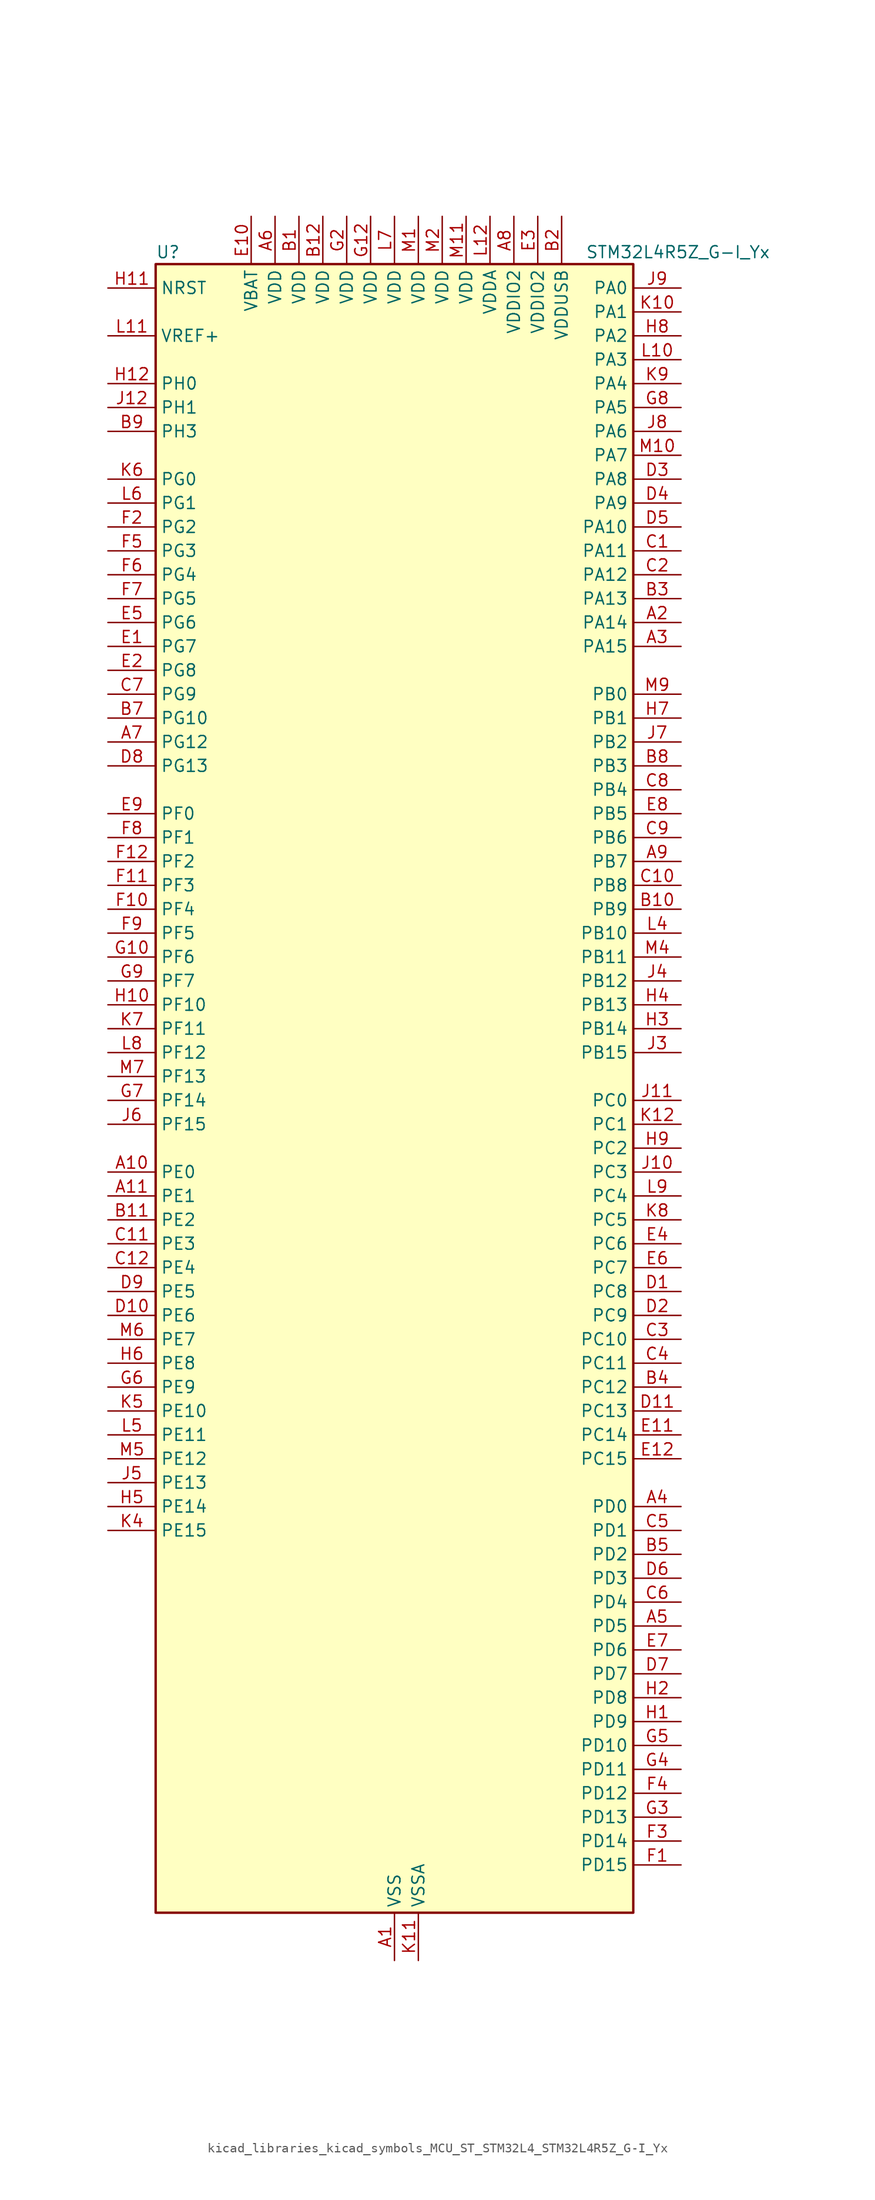
<source format=kicad_sym>
(kicad_symbol_lib
  (version 20220914)
  (generator kicad_symbol_editor)
  (symbol "kicad_libraries_kicad_symbols_MCU_ST_STM32L4_STM32L4R5Z_G-I_Yx"
    (property "Reference" "U"
      (at -25.4 90.17 0)
      (effects (font (size 1.27 1.27)) (justify left)))
    (property "Value" "STM32L4R5Z_G-I_Yx"
      (at 20.32 90.17 0)
      (effects (font (size 1.27 1.27)) (justify left)))
    (property "ki_locked" ""
      (at 0 0 0)
      (effects (font (size 1.27 1.27))))
    (symbol "kicad_libraries_kicad_symbols_MCU_ST_STM32L4_STM32L4R5Z_G-I_Yx_0_1"
      (rectangle (start -25.4 -86.36) (end 25.4 88.9) (stroke (width 0.254) (type default)) (fill (type background))))
    (symbol "kicad_libraries_kicad_symbols_MCU_ST_STM32L4_STM32L4R5Z_G-I_Yx_1_1"
      (pin power_in line (at 0 -91.44 90) (length 5.08) (name "VSS" (effects (font (size 1.27 1.27)))) (number "A1" (effects (font (size 1.27 1.27)))))
      (pin bidirectional line (at -30.48 -7.62 0) (length 5.08) (name "PE0" (effects (font (size 1.27 1.27)))) (number "A10" (effects (font (size 1.27 1.27)))) (alternate "DCMI_D2" bidirectional line) (alternate "FMC_NBL0" bidirectional line) (alternate "TIM16_CH1" bidirectional line) (alternate "TIM4_ETR" bidirectional line))
      (pin bidirectional line (at -30.48 -10.16 0) (length 5.08) (name "PE1" (effects (font (size 1.27 1.27)))) (number "A11" (effects (font (size 1.27 1.27)))) (alternate "DCMI_D3" bidirectional line) (alternate "FMC_NBL1" bidirectional line) (alternate "TIM17_CH1" bidirectional line))
      (pin passive line (at 0 -91.44 90) (length 5.08) hide (name "VSS" (effects (font (size 1.27 1.27)))) (number "A12" (effects (font (size 1.27 1.27)))))
      (pin bidirectional line (at 30.48 50.8 180) (length 5.08) (name "PA14" (effects (font (size 1.27 1.27)))) (number "A2" (effects (font (size 1.27 1.27)))) (alternate "I2C1_SMBA" bidirectional line) (alternate "I2C4_SMBA" bidirectional line) (alternate "LPTIM1_OUT" bidirectional line) (alternate "SAI1_FS_B" bidirectional line) (alternate "SYS_JTCK-SWCLK" bidirectional line) (alternate "USB_OTG_FS_SOF" bidirectional line))
      (pin bidirectional line (at 30.48 48.26 180) (length 5.08) (name "PA15" (effects (font (size 1.27 1.27)))) (number "A3" (effects (font (size 1.27 1.27)))) (alternate "ADC1_EXTI15" bidirectional line) (alternate "SAI2_FS_B" bidirectional line) (alternate "SPI1_NSS" bidirectional line) (alternate "SPI3_NSS" bidirectional line) (alternate "SYS_JTDI" bidirectional line) (alternate "TIM2_CH1" bidirectional line) (alternate "TIM2_ETR" bidirectional line) (alternate "TSC_G3_IO1" bidirectional line) (alternate "UART4_DE" bidirectional line) (alternate "UART4_RTS" bidirectional line) (alternate "USART2_RX" bidirectional line) (alternate "USART3_DE" bidirectional line) (alternate "USART3_RTS" bidirectional line))
      (pin bidirectional line (at 30.48 -43.18 180) (length 5.08) (name "PD0" (effects (font (size 1.27 1.27)))) (number "A4" (effects (font (size 1.27 1.27)))) (alternate "CAN1_RX" bidirectional line) (alternate "DFSDM1_DATIN7" bidirectional line) (alternate "FMC_D2" bidirectional line) (alternate "FMC_DA2" bidirectional line) (alternate "SPI2_NSS" bidirectional line))
      (pin bidirectional line (at 30.48 -55.88 180) (length 5.08) (name "PD5" (effects (font (size 1.27 1.27)))) (number "A5" (effects (font (size 1.27 1.27)))) (alternate "FMC_NWE" bidirectional line) (alternate "OCTOSPIM_P1_IO5" bidirectional line) (alternate "USART2_TX" bidirectional line))
      (pin power_in line (at -12.7 93.98 270) (length 5.08) (name "VDD" (effects (font (size 1.27 1.27)))) (number "A6" (effects (font (size 1.27 1.27)))))
      (pin bidirectional line (at -30.48 38.1 0) (length 5.08) (name "PG12" (effects (font (size 1.27 1.27)))) (number "A7" (effects (font (size 1.27 1.27)))) (alternate "FMC_NE4" bidirectional line) (alternate "LPTIM1_ETR" bidirectional line) (alternate "OCTOSPIM_P2_NCS" bidirectional line) (alternate "SAI2_SD_A" bidirectional line) (alternate "SPI3_NSS" bidirectional line) (alternate "USART1_DE" bidirectional line) (alternate "USART1_RTS" bidirectional line))
      (pin power_in line (at 12.7 93.98 270) (length 5.08) (name "VDDIO2" (effects (font (size 1.27 1.27)))) (number "A8" (effects (font (size 1.27 1.27)))))
      (pin bidirectional line (at 30.48 25.4 180) (length 5.08) (name "PB7" (effects (font (size 1.27 1.27)))) (number "A9" (effects (font (size 1.27 1.27)))) (alternate "COMP2_INM" bidirectional line) (alternate "DCMI_VSYNC" bidirectional line) (alternate "DFSDM1_CKIN5" bidirectional line) (alternate "FMC_NL" bidirectional line) (alternate "I2C1_SDA" bidirectional line) (alternate "I2C4_SDA" bidirectional line) (alternate "LPTIM1_IN2" bidirectional line) (alternate "SYS_PVD_IN" bidirectional line) (alternate "TIM17_CH1N" bidirectional line) (alternate "TIM4_CH2" bidirectional line) (alternate "TIM8_BKIN" bidirectional line) (alternate "TSC_G2_IO4" bidirectional line) (alternate "UART4_CTS" bidirectional line) (alternate "USART1_RX" bidirectional line))
      (pin power_in line (at -10.16 93.98 270) (length 5.08) (name "VDD" (effects (font (size 1.27 1.27)))) (number "B1" (effects (font (size 1.27 1.27)))))
      (pin bidirectional line (at 30.48 20.32 180) (length 5.08) (name "PB9" (effects (font (size 1.27 1.27)))) (number "B10" (effects (font (size 1.27 1.27)))) (alternate "CAN1_TX" bidirectional line) (alternate "DAC1_EXTI9" bidirectional line) (alternate "DCMI_D7" bidirectional line) (alternate "DFSDM1_CKIN6" bidirectional line) (alternate "I2C1_SDA" bidirectional line) (alternate "IR_OUT" bidirectional line) (alternate "SAI1_D2" bidirectional line) (alternate "SAI1_FS_A" bidirectional line) (alternate "SDMMC1_CDIR" bidirectional line) (alternate "SDMMC1_D5" bidirectional line) (alternate "SPI2_NSS" bidirectional line) (alternate "TIM17_CH1" bidirectional line) (alternate "TIM4_CH4" bidirectional line))
      (pin bidirectional line (at -30.48 -12.7 0) (length 5.08) (name "PE2" (effects (font (size 1.27 1.27)))) (number "B11" (effects (font (size 1.27 1.27)))) (alternate "FMC_A23" bidirectional line) (alternate "SAI1_CK1" bidirectional line) (alternate "SAI1_MCLK_A" bidirectional line) (alternate "SYS_TRACECLK" bidirectional line) (alternate "TIM3_ETR" bidirectional line) (alternate "TSC_G7_IO1" bidirectional line))
      (pin power_in line (at -7.62 93.98 270) (length 5.08) (name "VDD" (effects (font (size 1.27 1.27)))) (number "B12" (effects (font (size 1.27 1.27)))))
      (pin power_in line (at 17.78 93.98 270) (length 5.08) (name "VDDUSB" (effects (font (size 1.27 1.27)))) (number "B2" (effects (font (size 1.27 1.27)))))
      (pin bidirectional line (at 30.48 53.34 180) (length 5.08) (name "PA13" (effects (font (size 1.27 1.27)))) (number "B3" (effects (font (size 1.27 1.27)))) (alternate "IR_OUT" bidirectional line) (alternate "SAI1_SD_B" bidirectional line) (alternate "SYS_JTMS-SWDIO" bidirectional line) (alternate "USB_OTG_FS_NOE" bidirectional line))
      (pin bidirectional line (at 30.48 -30.48 180) (length 5.08) (name "PC12" (effects (font (size 1.27 1.27)))) (number "B4" (effects (font (size 1.27 1.27)))) (alternate "DCMI_D9" bidirectional line) (alternate "SAI2_SD_B" bidirectional line) (alternate "SDMMC1_CK" bidirectional line) (alternate "SPI3_MOSI" bidirectional line) (alternate "SYS_TRACED3" bidirectional line) (alternate "TSC_G3_IO4" bidirectional line) (alternate "UART5_TX" bidirectional line) (alternate "USART3_CK" bidirectional line))
      (pin bidirectional line (at 30.48 -48.26 180) (length 5.08) (name "PD2" (effects (font (size 1.27 1.27)))) (number "B5" (effects (font (size 1.27 1.27)))) (alternate "DCMI_D11" bidirectional line) (alternate "SDMMC1_CMD" bidirectional line) (alternate "SYS_TRACED2" bidirectional line) (alternate "TIM3_ETR" bidirectional line) (alternate "TSC_SYNC" bidirectional line) (alternate "UART5_RX" bidirectional line) (alternate "USART3_DE" bidirectional line) (alternate "USART3_RTS" bidirectional line))
      (pin passive line (at 0 -91.44 90) (length 5.08) hide (name "VSS" (effects (font (size 1.27 1.27)))) (number "B6" (effects (font (size 1.27 1.27)))))
      (pin bidirectional line (at -30.48 40.64 0) (length 5.08) (name "PG10" (effects (font (size 1.27 1.27)))) (number "B7" (effects (font (size 1.27 1.27)))) (alternate "FMC_NE3" bidirectional line) (alternate "LPTIM1_IN1" bidirectional line) (alternate "OCTOSPIM_P2_IO7" bidirectional line) (alternate "SAI2_FS_A" bidirectional line) (alternate "SPI3_MISO" bidirectional line) (alternate "TIM15_CH1" bidirectional line) (alternate "USART1_RX" bidirectional line))
      (pin bidirectional line (at 30.48 35.56 180) (length 5.08) (name "PB3" (effects (font (size 1.27 1.27)))) (number "B8" (effects (font (size 1.27 1.27)))) (alternate "COMP2_INM" bidirectional line) (alternate "CRS_SYNC" bidirectional line) (alternate "SAI1_SCK_B" bidirectional line) (alternate "SPI1_SCK" bidirectional line) (alternate "SPI3_SCK" bidirectional line) (alternate "SYS_JTDO-SWO" bidirectional line) (alternate "TIM2_CH2" bidirectional line) (alternate "USART1_DE" bidirectional line) (alternate "USART1_RTS" bidirectional line))
      (pin bidirectional line (at -30.48 71.12 0) (length 5.08) (name "PH3" (effects (font (size 1.27 1.27)))) (number "B9" (effects (font (size 1.27 1.27)))))
      (pin bidirectional line (at 30.48 58.42 180) (length 5.08) (name "PA11" (effects (font (size 1.27 1.27)))) (number "C1" (effects (font (size 1.27 1.27)))) (alternate "ADC1_EXTI11" bidirectional line) (alternate "CAN1_RX" bidirectional line) (alternate "SPI1_MISO" bidirectional line) (alternate "TIM1_BKIN2" bidirectional line) (alternate "TIM1_CH4" bidirectional line) (alternate "USART1_CTS" bidirectional line) (alternate "USART1_NSS" bidirectional line) (alternate "USB_OTG_FS_DM" bidirectional line))
      (pin bidirectional line (at 30.48 22.86 180) (length 5.08) (name "PB8" (effects (font (size 1.27 1.27)))) (number "C10" (effects (font (size 1.27 1.27)))) (alternate "CAN1_RX" bidirectional line) (alternate "DCMI_D6" bidirectional line) (alternate "DFSDM1_CKOUT" bidirectional line) (alternate "DFSDM1_DATIN6" bidirectional line) (alternate "I2C1_SCL" bidirectional line) (alternate "SAI1_CK1" bidirectional line) (alternate "SAI1_MCLK_A" bidirectional line) (alternate "SDMMC1_CKIN" bidirectional line) (alternate "SDMMC1_D4" bidirectional line) (alternate "TIM16_CH1" bidirectional line) (alternate "TIM4_CH3" bidirectional line))
      (pin bidirectional line (at -30.48 -15.24 0) (length 5.08) (name "PE3" (effects (font (size 1.27 1.27)))) (number "C11" (effects (font (size 1.27 1.27)))) (alternate "FMC_A19" bidirectional line) (alternate "OCTOSPIM_P1_DQS" bidirectional line) (alternate "SAI1_SD_B" bidirectional line) (alternate "SYS_TRACED0" bidirectional line) (alternate "TIM3_CH1" bidirectional line) (alternate "TSC_G7_IO2" bidirectional line))
      (pin bidirectional line (at -30.48 -17.78 0) (length 5.08) (name "PE4" (effects (font (size 1.27 1.27)))) (number "C12" (effects (font (size 1.27 1.27)))) (alternate "DCMI_D4" bidirectional line) (alternate "DFSDM1_DATIN3" bidirectional line) (alternate "FMC_A20" bidirectional line) (alternate "SAI1_D2" bidirectional line) (alternate "SAI1_FS_A" bidirectional line) (alternate "SYS_TRACED1" bidirectional line) (alternate "TIM3_CH2" bidirectional line) (alternate "TSC_G7_IO3" bidirectional line))
      (pin bidirectional line (at 30.48 55.88 180) (length 5.08) (name "PA12" (effects (font (size 1.27 1.27)))) (number "C2" (effects (font (size 1.27 1.27)))) (alternate "CAN1_TX" bidirectional line) (alternate "SPI1_MOSI" bidirectional line) (alternate "TIM1_ETR" bidirectional line) (alternate "USART1_DE" bidirectional line) (alternate "USART1_RTS" bidirectional line) (alternate "USB_OTG_FS_DP" bidirectional line))
      (pin bidirectional line (at 30.48 -25.4 180) (length 5.08) (name "PC10" (effects (font (size 1.27 1.27)))) (number "C3" (effects (font (size 1.27 1.27)))) (alternate "DCMI_D8" bidirectional line) (alternate "SAI2_SCK_B" bidirectional line) (alternate "SDMMC1_D2" bidirectional line) (alternate "SPI3_SCK" bidirectional line) (alternate "SYS_TRACED1" bidirectional line) (alternate "TSC_G3_IO2" bidirectional line) (alternate "UART4_TX" bidirectional line) (alternate "USART3_TX" bidirectional line))
      (pin bidirectional line (at 30.48 -27.94 180) (length 5.08) (name "PC11" (effects (font (size 1.27 1.27)))) (number "C4" (effects (font (size 1.27 1.27)))) (alternate "ADC1_EXTI11" bidirectional line) (alternate "DCMI_D2" bidirectional line) (alternate "DCMI_D4" bidirectional line) (alternate "OCTOSPIM_P1_NCS" bidirectional line) (alternate "SAI2_MCLK_B" bidirectional line) (alternate "SDMMC1_D3" bidirectional line) (alternate "SPI3_MISO" bidirectional line) (alternate "TSC_G3_IO3" bidirectional line) (alternate "UART4_RX" bidirectional line) (alternate "USART3_RX" bidirectional line))
      (pin bidirectional line (at 30.48 -45.72 180) (length 5.08) (name "PD1" (effects (font (size 1.27 1.27)))) (number "C5" (effects (font (size 1.27 1.27)))) (alternate "CAN1_TX" bidirectional line) (alternate "DFSDM1_CKIN7" bidirectional line) (alternate "FMC_D3" bidirectional line) (alternate "FMC_DA3" bidirectional line) (alternate "SPI2_SCK" bidirectional line))
      (pin bidirectional line (at 30.48 -53.34 180) (length 5.08) (name "PD4" (effects (font (size 1.27 1.27)))) (number "C6" (effects (font (size 1.27 1.27)))) (alternate "DFSDM1_CKIN0" bidirectional line) (alternate "FMC_NOE" bidirectional line) (alternate "OCTOSPIM_P1_IO4" bidirectional line) (alternate "SPI2_MOSI" bidirectional line) (alternate "USART2_DE" bidirectional line) (alternate "USART2_RTS" bidirectional line))
      (pin bidirectional line (at -30.48 43.18 0) (length 5.08) (name "PG9" (effects (font (size 1.27 1.27)))) (number "C7" (effects (font (size 1.27 1.27)))) (alternate "DAC1_EXTI9" bidirectional line) (alternate "FMC_NCE" bidirectional line) (alternate "FMC_NE2" bidirectional line) (alternate "OCTOSPIM_P2_IO6" bidirectional line) (alternate "SAI2_SCK_A" bidirectional line) (alternate "SPI3_SCK" bidirectional line) (alternate "TIM15_CH1N" bidirectional line) (alternate "USART1_TX" bidirectional line))
      (pin bidirectional line (at 30.48 33.02 180) (length 5.08) (name "PB4" (effects (font (size 1.27 1.27)))) (number "C8" (effects (font (size 1.27 1.27)))) (alternate "COMP2_INP" bidirectional line) (alternate "DCMI_D12" bidirectional line) (alternate "I2C3_SDA" bidirectional line) (alternate "SAI1_MCLK_B" bidirectional line) (alternate "SPI1_MISO" bidirectional line) (alternate "SPI3_MISO" bidirectional line) (alternate "SYS_JTRST" bidirectional line) (alternate "TIM17_BKIN" bidirectional line) (alternate "TIM3_CH1" bidirectional line) (alternate "TSC_G2_IO1" bidirectional line) (alternate "UART5_DE" bidirectional line) (alternate "UART5_RTS" bidirectional line) (alternate "USART1_CTS" bidirectional line) (alternate "USART1_NSS" bidirectional line))
      (pin bidirectional line (at 30.48 27.94 180) (length 5.08) (name "PB6" (effects (font (size 1.27 1.27)))) (number "C9" (effects (font (size 1.27 1.27)))) (alternate "COMP2_INP" bidirectional line) (alternate "DCMI_D5" bidirectional line) (alternate "DFSDM1_DATIN5" bidirectional line) (alternate "I2C1_SCL" bidirectional line) (alternate "I2C4_SCL" bidirectional line) (alternate "LPTIM1_ETR" bidirectional line) (alternate "SAI1_FS_B" bidirectional line) (alternate "TIM16_CH1N" bidirectional line) (alternate "TIM4_CH1" bidirectional line) (alternate "TIM8_BKIN2" bidirectional line) (alternate "TSC_G2_IO3" bidirectional line) (alternate "USART1_TX" bidirectional line))
      (pin bidirectional line (at 30.48 -20.32 180) (length 5.08) (name "PC8" (effects (font (size 1.27 1.27)))) (number "D1" (effects (font (size 1.27 1.27)))) (alternate "DCMI_D2" bidirectional line) (alternate "SDMMC1_D0" bidirectional line) (alternate "TIM3_CH3" bidirectional line) (alternate "TIM8_CH3" bidirectional line) (alternate "TSC_G4_IO3" bidirectional line))
      (pin bidirectional line (at -30.48 -22.86 0) (length 5.08) (name "PE6" (effects (font (size 1.27 1.27)))) (number "D10" (effects (font (size 1.27 1.27)))) (alternate "DCMI_D7" bidirectional line) (alternate "FMC_A22" bidirectional line) (alternate "RTC_TAMP3" bidirectional line) (alternate "SAI1_D1" bidirectional line) (alternate "SAI1_SD_A" bidirectional line) (alternate "SYS_TRACED3" bidirectional line) (alternate "SYS_WKUP3" bidirectional line) (alternate "TIM3_CH4" bidirectional line))
      (pin bidirectional line (at 30.48 -33.02 180) (length 5.08) (name "PC13" (effects (font (size 1.27 1.27)))) (number "D11" (effects (font (size 1.27 1.27)))) (alternate "RTC_OUT_ALARM" bidirectional line) (alternate "RTC_OUT_CALIB" bidirectional line) (alternate "RTC_TAMP1" bidirectional line) (alternate "RTC_TS" bidirectional line) (alternate "SYS_WKUP2" bidirectional line))
      (pin passive line (at 0 -91.44 90) (length 5.08) hide (name "VSS" (effects (font (size 1.27 1.27)))) (number "D12" (effects (font (size 1.27 1.27)))))
      (pin bidirectional line (at 30.48 -22.86 180) (length 5.08) (name "PC9" (effects (font (size 1.27 1.27)))) (number "D2" (effects (font (size 1.27 1.27)))) (alternate "DAC1_EXTI9" bidirectional line) (alternate "DCMI_D3" bidirectional line) (alternate "I2C3_SDA" bidirectional line) (alternate "SAI2_EXTCLK" bidirectional line) (alternate "SDMMC1_D1" bidirectional line) (alternate "SYS_TRACED0" bidirectional line) (alternate "TIM3_CH4" bidirectional line) (alternate "TIM8_BKIN2" bidirectional line) (alternate "TIM8_CH4" bidirectional line) (alternate "TSC_G4_IO4" bidirectional line) (alternate "USB_OTG_FS_NOE" bidirectional line))
      (pin bidirectional line (at 30.48 66.04 180) (length 5.08) (name "PA8" (effects (font (size 1.27 1.27)))) (number "D3" (effects (font (size 1.27 1.27)))) (alternate "LPTIM2_OUT" bidirectional line) (alternate "RCC_MCO" bidirectional line) (alternate "SAI1_CK2" bidirectional line) (alternate "SAI1_SCK_A" bidirectional line) (alternate "TIM1_CH1" bidirectional line) (alternate "USART1_CK" bidirectional line) (alternate "USB_OTG_FS_SOF" bidirectional line))
      (pin bidirectional line (at 30.48 63.5 180) (length 5.08) (name "PA9" (effects (font (size 1.27 1.27)))) (number "D4" (effects (font (size 1.27 1.27)))) (alternate "DAC1_EXTI9" bidirectional line) (alternate "DCMI_D0" bidirectional line) (alternate "SAI1_FS_A" bidirectional line) (alternate "SPI2_SCK" bidirectional line) (alternate "TIM15_BKIN" bidirectional line) (alternate "TIM1_CH2" bidirectional line) (alternate "USART1_TX" bidirectional line) (alternate "USB_OTG_FS_VBUS" bidirectional line))
      (pin bidirectional line (at 30.48 60.96 180) (length 5.08) (name "PA10" (effects (font (size 1.27 1.27)))) (number "D5" (effects (font (size 1.27 1.27)))) (alternate "DCMI_D1" bidirectional line) (alternate "SAI1_D1" bidirectional line) (alternate "SAI1_SD_A" bidirectional line) (alternate "TIM17_BKIN" bidirectional line) (alternate "TIM1_CH3" bidirectional line) (alternate "USART1_RX" bidirectional line) (alternate "USB_OTG_FS_ID" bidirectional line))
      (pin bidirectional line (at 30.48 -50.8 180) (length 5.08) (name "PD3" (effects (font (size 1.27 1.27)))) (number "D6" (effects (font (size 1.27 1.27)))) (alternate "DCMI_D5" bidirectional line) (alternate "DFSDM1_DATIN0" bidirectional line) (alternate "FMC_CLK" bidirectional line) (alternate "OCTOSPIM_P2_NCS" bidirectional line) (alternate "SPI2_MISO" bidirectional line) (alternate "SPI2_SCK" bidirectional line) (alternate "USART2_CTS" bidirectional line) (alternate "USART2_NSS" bidirectional line))
      (pin bidirectional line (at 30.48 -60.96 180) (length 5.08) (name "PD7" (effects (font (size 1.27 1.27)))) (number "D7" (effects (font (size 1.27 1.27)))) (alternate "DFSDM1_CKIN1" bidirectional line) (alternate "FMC_NCE" bidirectional line) (alternate "FMC_NE1" bidirectional line) (alternate "OCTOSPIM_P1_IO7" bidirectional line) (alternate "USART2_CK" bidirectional line))
      (pin bidirectional line (at -30.48 35.56 0) (length 5.08) (name "PG13" (effects (font (size 1.27 1.27)))) (number "D8" (effects (font (size 1.27 1.27)))) (alternate "FMC_A24" bidirectional line) (alternate "I2C1_SDA" bidirectional line) (alternate "USART1_CK" bidirectional line))
      (pin bidirectional line (at -30.48 -20.32 0) (length 5.08) (name "PE5" (effects (font (size 1.27 1.27)))) (number "D9" (effects (font (size 1.27 1.27)))) (alternate "DCMI_D6" bidirectional line) (alternate "DFSDM1_CKIN3" bidirectional line) (alternate "FMC_A21" bidirectional line) (alternate "SAI1_CK2" bidirectional line) (alternate "SAI1_SCK_A" bidirectional line) (alternate "SYS_TRACED2" bidirectional line) (alternate "TIM3_CH3" bidirectional line) (alternate "TSC_G7_IO4" bidirectional line))
      (pin bidirectional line (at -30.48 48.26 0) (length 5.08) (name "PG7" (effects (font (size 1.27 1.27)))) (number "E1" (effects (font (size 1.27 1.27)))) (alternate "DFSDM1_CKOUT" bidirectional line) (alternate "FMC_INT" bidirectional line) (alternate "I2C3_SCL" bidirectional line) (alternate "LPUART1_TX" bidirectional line) (alternate "OCTOSPIM_P2_DQS" bidirectional line) (alternate "SAI1_CK1" bidirectional line) (alternate "SAI1_MCLK_A" bidirectional line))
      (pin power_in line (at -15.24 93.98 270) (length 5.08) (name "VBAT" (effects (font (size 1.27 1.27)))) (number "E10" (effects (font (size 1.27 1.27)))))
      (pin bidirectional line (at 30.48 -35.56 180) (length 5.08) (name "PC14" (effects (font (size 1.27 1.27)))) (number "E11" (effects (font (size 1.27 1.27)))) (alternate "RCC_OSC32_IN" bidirectional line))
      (pin bidirectional line (at 30.48 -38.1 180) (length 5.08) (name "PC15" (effects (font (size 1.27 1.27)))) (number "E12" (effects (font (size 1.27 1.27)))) (alternate "ADC1_EXTI15" bidirectional line) (alternate "RCC_OSC32_OUT" bidirectional line))
      (pin bidirectional line (at -30.48 45.72 0) (length 5.08) (name "PG8" (effects (font (size 1.27 1.27)))) (number "E2" (effects (font (size 1.27 1.27)))) (alternate "I2C3_SDA" bidirectional line) (alternate "LPUART1_RX" bidirectional line))
      (pin power_in line (at 15.24 93.98 270) (length 5.08) (name "VDDIO2" (effects (font (size 1.27 1.27)))) (number "E3" (effects (font (size 1.27 1.27)))))
      (pin bidirectional line (at 30.48 -15.24 180) (length 5.08) (name "PC6" (effects (font (size 1.27 1.27)))) (number "E4" (effects (font (size 1.27 1.27)))) (alternate "DCMI_D0" bidirectional line) (alternate "DFSDM1_CKIN3" bidirectional line) (alternate "SAI2_MCLK_A" bidirectional line) (alternate "SDMMC1_D0DIR" bidirectional line) (alternate "SDMMC1_D6" bidirectional line) (alternate "TIM3_CH1" bidirectional line) (alternate "TIM8_CH1" bidirectional line) (alternate "TSC_G4_IO1" bidirectional line))
      (pin bidirectional line (at -30.48 50.8 0) (length 5.08) (name "PG6" (effects (font (size 1.27 1.27)))) (number "E5" (effects (font (size 1.27 1.27)))) (alternate "I2C3_SMBA" bidirectional line) (alternate "LPUART1_DE" bidirectional line) (alternate "LPUART1_RTS" bidirectional line) (alternate "OCTOSPIM_P1_DQS" bidirectional line))
      (pin bidirectional line (at 30.48 -17.78 180) (length 5.08) (name "PC7" (effects (font (size 1.27 1.27)))) (number "E6" (effects (font (size 1.27 1.27)))) (alternate "DCMI_D1" bidirectional line) (alternate "DFSDM1_DATIN3" bidirectional line) (alternate "SAI2_MCLK_B" bidirectional line) (alternate "SDMMC1_D123DIR" bidirectional line) (alternate "SDMMC1_D7" bidirectional line) (alternate "TIM3_CH2" bidirectional line) (alternate "TIM8_CH2" bidirectional line) (alternate "TSC_G4_IO2" bidirectional line))
      (pin bidirectional line (at 30.48 -58.42 180) (length 5.08) (name "PD6" (effects (font (size 1.27 1.27)))) (number "E7" (effects (font (size 1.27 1.27)))) (alternate "DCMI_D10" bidirectional line) (alternate "DFSDM1_DATIN1" bidirectional line) (alternate "FMC_NWAIT" bidirectional line) (alternate "OCTOSPIM_P1_IO6" bidirectional line) (alternate "SAI1_D1" bidirectional line) (alternate "SAI1_SD_A" bidirectional line) (alternate "SPI3_MOSI" bidirectional line) (alternate "USART2_RX" bidirectional line))
      (pin bidirectional line (at 30.48 30.48 180) (length 5.08) (name "PB5" (effects (font (size 1.27 1.27)))) (number "E8" (effects (font (size 1.27 1.27)))) (alternate "COMP2_OUT" bidirectional line) (alternate "DCMI_D10" bidirectional line) (alternate "I2C1_SMBA" bidirectional line) (alternate "LPTIM1_IN1" bidirectional line) (alternate "SAI1_SD_B" bidirectional line) (alternate "SPI1_MOSI" bidirectional line) (alternate "SPI3_MOSI" bidirectional line) (alternate "TIM16_BKIN" bidirectional line) (alternate "TIM3_CH2" bidirectional line) (alternate "TSC_G2_IO2" bidirectional line) (alternate "UART5_CTS" bidirectional line) (alternate "USART1_CK" bidirectional line))
      (pin bidirectional line (at -30.48 30.48 0) (length 5.08) (name "PF0" (effects (font (size 1.27 1.27)))) (number "E9" (effects (font (size 1.27 1.27)))) (alternate "FMC_A0" bidirectional line) (alternate "I2C2_SDA" bidirectional line) (alternate "OCTOSPIM_P2_IO0" bidirectional line))
      (pin bidirectional line (at 30.48 -81.28 180) (length 5.08) (name "PD15" (effects (font (size 1.27 1.27)))) (number "F1" (effects (font (size 1.27 1.27)))) (alternate "ADC1_EXTI15" bidirectional line) (alternate "FMC_D1" bidirectional line) (alternate "FMC_DA1" bidirectional line) (alternate "TIM4_CH4" bidirectional line))
      (pin bidirectional line (at -30.48 20.32 0) (length 5.08) (name "PF4" (effects (font (size 1.27 1.27)))) (number "F10" (effects (font (size 1.27 1.27)))) (alternate "FMC_A4" bidirectional line) (alternate "OCTOSPIM_P2_CLK" bidirectional line))
      (pin bidirectional line (at -30.48 22.86 0) (length 5.08) (name "PF3" (effects (font (size 1.27 1.27)))) (number "F11" (effects (font (size 1.27 1.27)))) (alternate "FMC_A3" bidirectional line) (alternate "OCTOSPIM_P2_IO3" bidirectional line))
      (pin bidirectional line (at -30.48 25.4 0) (length 5.08) (name "PF2" (effects (font (size 1.27 1.27)))) (number "F12" (effects (font (size 1.27 1.27)))) (alternate "FMC_A2" bidirectional line) (alternate "I2C2_SMBA" bidirectional line) (alternate "OCTOSPIM_P2_IO2" bidirectional line))
      (pin bidirectional line (at -30.48 60.96 0) (length 5.08) (name "PG2" (effects (font (size 1.27 1.27)))) (number "F2" (effects (font (size 1.27 1.27)))) (alternate "FMC_A12" bidirectional line) (alternate "SAI2_SCK_B" bidirectional line) (alternate "SPI1_SCK" bidirectional line))
      (pin bidirectional line (at 30.48 -78.74 180) (length 5.08) (name "PD14" (effects (font (size 1.27 1.27)))) (number "F3" (effects (font (size 1.27 1.27)))) (alternate "FMC_D0" bidirectional line) (alternate "FMC_DA0" bidirectional line) (alternate "TIM4_CH3" bidirectional line))
      (pin bidirectional line (at 30.48 -73.66 180) (length 5.08) (name "PD12" (effects (font (size 1.27 1.27)))) (number "F4" (effects (font (size 1.27 1.27)))) (alternate "FMC_A17" bidirectional line) (alternate "FMC_ALE" bidirectional line) (alternate "I2C4_SCL" bidirectional line) (alternate "LPTIM2_IN1" bidirectional line) (alternate "SAI2_FS_A" bidirectional line) (alternate "TIM4_CH1" bidirectional line) (alternate "TSC_G6_IO3" bidirectional line) (alternate "USART3_DE" bidirectional line) (alternate "USART3_RTS" bidirectional line))
      (pin bidirectional line (at -30.48 58.42 0) (length 5.08) (name "PG3" (effects (font (size 1.27 1.27)))) (number "F5" (effects (font (size 1.27 1.27)))) (alternate "FMC_A13" bidirectional line) (alternate "SAI2_FS_B" bidirectional line) (alternate "SPI1_MISO" bidirectional line))
      (pin bidirectional line (at -30.48 55.88 0) (length 5.08) (name "PG4" (effects (font (size 1.27 1.27)))) (number "F6" (effects (font (size 1.27 1.27)))) (alternate "FMC_A14" bidirectional line) (alternate "SAI2_MCLK_B" bidirectional line) (alternate "SPI1_MOSI" bidirectional line))
      (pin bidirectional line (at -30.48 53.34 0) (length 5.08) (name "PG5" (effects (font (size 1.27 1.27)))) (number "F7" (effects (font (size 1.27 1.27)))) (alternate "FMC_A15" bidirectional line) (alternate "LPUART1_CTS" bidirectional line) (alternate "SAI2_SD_B" bidirectional line) (alternate "SPI1_NSS" bidirectional line))
      (pin bidirectional line (at -30.48 27.94 0) (length 5.08) (name "PF1" (effects (font (size 1.27 1.27)))) (number "F8" (effects (font (size 1.27 1.27)))) (alternate "FMC_A1" bidirectional line) (alternate "I2C2_SCL" bidirectional line) (alternate "OCTOSPIM_P2_IO1" bidirectional line))
      (pin bidirectional line (at -30.48 17.78 0) (length 5.08) (name "PF5" (effects (font (size 1.27 1.27)))) (number "F9" (effects (font (size 1.27 1.27)))) (alternate "FMC_A5" bidirectional line))
      (pin passive line (at 0 -91.44 90) (length 5.08) hide (name "VSS" (effects (font (size 1.27 1.27)))) (number "G1" (effects (font (size 1.27 1.27)))))
      (pin bidirectional line (at -30.48 15.24 0) (length 5.08) (name "PF6" (effects (font (size 1.27 1.27)))) (number "G10" (effects (font (size 1.27 1.27)))) (alternate "OCTOSPIM_P1_IO3" bidirectional line) (alternate "SAI1_SD_B" bidirectional line) (alternate "TIM5_CH1" bidirectional line) (alternate "TIM5_ETR" bidirectional line))
      (pin passive line (at 0 -91.44 90) (length 5.08) hide (name "VSS" (effects (font (size 1.27 1.27)))) (number "G11" (effects (font (size 1.27 1.27)))))
      (pin power_in line (at -2.54 93.98 270) (length 5.08) (name "VDD" (effects (font (size 1.27 1.27)))) (number "G12" (effects (font (size 1.27 1.27)))))
      (pin power_in line (at -5.08 93.98 270) (length 5.08) (name "VDD" (effects (font (size 1.27 1.27)))) (number "G2" (effects (font (size 1.27 1.27)))))
      (pin bidirectional line (at 30.48 -76.2 180) (length 5.08) (name "PD13" (effects (font (size 1.27 1.27)))) (number "G3" (effects (font (size 1.27 1.27)))) (alternate "FMC_A18" bidirectional line) (alternate "I2C4_SDA" bidirectional line) (alternate "LPTIM2_OUT" bidirectional line) (alternate "TIM4_CH2" bidirectional line) (alternate "TSC_G6_IO4" bidirectional line))
      (pin bidirectional line (at 30.48 -71.12 180) (length 5.08) (name "PD11" (effects (font (size 1.27 1.27)))) (number "G4" (effects (font (size 1.27 1.27)))) (alternate "ADC1_EXTI11" bidirectional line) (alternate "FMC_A16" bidirectional line) (alternate "FMC_CLE" bidirectional line) (alternate "I2C4_SMBA" bidirectional line) (alternate "LPTIM2_ETR" bidirectional line) (alternate "SAI2_SD_A" bidirectional line) (alternate "TSC_G6_IO2" bidirectional line) (alternate "USART3_CTS" bidirectional line) (alternate "USART3_NSS" bidirectional line))
      (pin bidirectional line (at 30.48 -68.58 180) (length 5.08) (name "PD10" (effects (font (size 1.27 1.27)))) (number "G5" (effects (font (size 1.27 1.27)))) (alternate "FMC_D15" bidirectional line) (alternate "FMC_DA15" bidirectional line) (alternate "SAI2_SCK_A" bidirectional line) (alternate "TSC_G6_IO1" bidirectional line) (alternate "USART3_CK" bidirectional line))
      (pin bidirectional line (at -30.48 -30.48 0) (length 5.08) (name "PE9" (effects (font (size 1.27 1.27)))) (number "G6" (effects (font (size 1.27 1.27)))) (alternate "DAC1_EXTI9" bidirectional line) (alternate "DFSDM1_CKOUT" bidirectional line) (alternate "FMC_D6" bidirectional line) (alternate "FMC_DA6" bidirectional line) (alternate "SAI1_FS_B" bidirectional line) (alternate "TIM1_CH1" bidirectional line))
      (pin bidirectional line (at -30.48 0 0) (length 5.08) (name "PF14" (effects (font (size 1.27 1.27)))) (number "G7" (effects (font (size 1.27 1.27)))) (alternate "DFSDM1_CKIN6" bidirectional line) (alternate "FMC_A8" bidirectional line) (alternate "I2C4_SCL" bidirectional line) (alternate "TSC_G8_IO1" bidirectional line))
      (pin bidirectional line (at 30.48 73.66 180) (length 5.08) (name "PA5" (effects (font (size 1.27 1.27)))) (number "G8" (effects (font (size 1.27 1.27)))) (alternate "ADC1_IN10" bidirectional line) (alternate "DAC1_OUT2" bidirectional line) (alternate "LPTIM2_ETR" bidirectional line) (alternate "SPI1_SCK" bidirectional line) (alternate "TIM2_CH1" bidirectional line) (alternate "TIM2_ETR" bidirectional line) (alternate "TIM8_CH1N" bidirectional line))
      (pin bidirectional line (at -30.48 12.7 0) (length 5.08) (name "PF7" (effects (font (size 1.27 1.27)))) (number "G9" (effects (font (size 1.27 1.27)))) (alternate "OCTOSPIM_P1_IO2" bidirectional line) (alternate "SAI1_MCLK_B" bidirectional line) (alternate "TIM5_CH2" bidirectional line))
      (pin bidirectional line (at 30.48 -66.04 180) (length 5.08) (name "PD9" (effects (font (size 1.27 1.27)))) (number "H1" (effects (font (size 1.27 1.27)))) (alternate "DAC1_EXTI9" bidirectional line) (alternate "DCMI_PIXCLK" bidirectional line) (alternate "FMC_D14" bidirectional line) (alternate "FMC_DA14" bidirectional line) (alternate "SAI2_MCLK_A" bidirectional line) (alternate "USART3_RX" bidirectional line))
      (pin bidirectional line (at -30.48 10.16 0) (length 5.08) (name "PF10" (effects (font (size 1.27 1.27)))) (number "H10" (effects (font (size 1.27 1.27)))) (alternate "DCMI_D11" bidirectional line) (alternate "DFSDM1_CKOUT" bidirectional line) (alternate "OCTOSPIM_P1_CLK" bidirectional line) (alternate "SAI1_D3" bidirectional line) (alternate "TIM15_CH2" bidirectional line))
      (pin input line (at -30.48 86.36 0) (length 5.08) (name "NRST" (effects (font (size 1.27 1.27)))) (number "H11" (effects (font (size 1.27 1.27)))))
      (pin bidirectional line (at -30.48 76.2 0) (length 5.08) (name "PH0" (effects (font (size 1.27 1.27)))) (number "H12" (effects (font (size 1.27 1.27)))) (alternate "RCC_OSC_IN" bidirectional line))
      (pin bidirectional line (at 30.48 -63.5 180) (length 5.08) (name "PD8" (effects (font (size 1.27 1.27)))) (number "H2" (effects (font (size 1.27 1.27)))) (alternate "DCMI_HSYNC" bidirectional line) (alternate "FMC_D13" bidirectional line) (alternate "FMC_DA13" bidirectional line) (alternate "USART3_TX" bidirectional line))
      (pin bidirectional line (at 30.48 7.62 180) (length 5.08) (name "PB14" (effects (font (size 1.27 1.27)))) (number "H3" (effects (font (size 1.27 1.27)))) (alternate "DFSDM1_DATIN2" bidirectional line) (alternate "I2C2_SDA" bidirectional line) (alternate "SAI2_MCLK_A" bidirectional line) (alternate "SPI2_MISO" bidirectional line) (alternate "TIM15_CH1" bidirectional line) (alternate "TIM1_CH2N" bidirectional line) (alternate "TIM8_CH2N" bidirectional line) (alternate "TSC_G1_IO3" bidirectional line) (alternate "USART3_DE" bidirectional line) (alternate "USART3_RTS" bidirectional line))
      (pin bidirectional line (at 30.48 10.16 180) (length 5.08) (name "PB13" (effects (font (size 1.27 1.27)))) (number "H4" (effects (font (size 1.27 1.27)))) (alternate "DFSDM1_CKIN1" bidirectional line) (alternate "I2C2_SCL" bidirectional line) (alternate "LPUART1_CTS" bidirectional line) (alternate "SAI2_SCK_A" bidirectional line) (alternate "SPI2_SCK" bidirectional line) (alternate "TIM15_CH1N" bidirectional line) (alternate "TIM1_CH1N" bidirectional line) (alternate "TSC_G1_IO2" bidirectional line) (alternate "USART3_CTS" bidirectional line) (alternate "USART3_NSS" bidirectional line))
      (pin bidirectional line (at -30.48 -43.18 0) (length 5.08) (name "PE14" (effects (font (size 1.27 1.27)))) (number "H5" (effects (font (size 1.27 1.27)))) (alternate "FMC_D11" bidirectional line) (alternate "FMC_DA11" bidirectional line) (alternate "OCTOSPIM_P1_IO2" bidirectional line) (alternate "SPI1_MISO" bidirectional line) (alternate "TIM1_BKIN2" bidirectional line) (alternate "TIM1_CH4" bidirectional line))
      (pin bidirectional line (at -30.48 -27.94 0) (length 5.08) (name "PE8" (effects (font (size 1.27 1.27)))) (number "H6" (effects (font (size 1.27 1.27)))) (alternate "DFSDM1_CKIN2" bidirectional line) (alternate "FMC_D5" bidirectional line) (alternate "FMC_DA5" bidirectional line) (alternate "SAI1_SCK_B" bidirectional line) (alternate "TIM1_CH1N" bidirectional line))
      (pin bidirectional line (at 30.48 40.64 180) (length 5.08) (name "PB1" (effects (font (size 1.27 1.27)))) (number "H7" (effects (font (size 1.27 1.27)))) (alternate "ADC1_IN16" bidirectional line) (alternate "COMP1_INM" bidirectional line) (alternate "DFSDM1_DATIN0" bidirectional line) (alternate "LPTIM2_IN1" bidirectional line) (alternate "LPUART1_DE" bidirectional line) (alternate "LPUART1_RTS" bidirectional line) (alternate "OCTOSPIM_P1_IO0" bidirectional line) (alternate "TIM1_CH3N" bidirectional line) (alternate "TIM3_CH4" bidirectional line) (alternate "TIM8_CH3N" bidirectional line) (alternate "USART3_DE" bidirectional line) (alternate "USART3_RTS" bidirectional line))
      (pin bidirectional line (at 30.48 81.28 180) (length 5.08) (name "PA2" (effects (font (size 1.27 1.27)))) (number "H8" (effects (font (size 1.27 1.27)))) (alternate "ADC1_IN7" bidirectional line) (alternate "LPUART1_TX" bidirectional line) (alternate "OCTOSPIM_P1_NCS" bidirectional line) (alternate "RCC_LSCO" bidirectional line) (alternate "SAI2_EXTCLK" bidirectional line) (alternate "SYS_WKUP4" bidirectional line) (alternate "TIM15_CH1" bidirectional line) (alternate "TIM2_CH3" bidirectional line) (alternate "TIM5_CH3" bidirectional line) (alternate "USART2_TX" bidirectional line))
      (pin bidirectional line (at 30.48 -5.08 180) (length 5.08) (name "PC2" (effects (font (size 1.27 1.27)))) (number "H9" (effects (font (size 1.27 1.27)))) (alternate "ADC1_IN3" bidirectional line) (alternate "DFSDM1_CKOUT" bidirectional line) (alternate "LPTIM1_IN2" bidirectional line) (alternate "OCTOSPIM_P1_IO5" bidirectional line) (alternate "SPI2_MISO" bidirectional line))
      (pin no_connect line (at -25.4 -86.36 0) (length 5.08) hide (name "NC" (effects (font (size 1.27 1.27)))) (number "J1" (effects (font (size 1.27 1.27)))))
      (pin bidirectional line (at 30.48 -7.62 180) (length 5.08) (name "PC3" (effects (font (size 1.27 1.27)))) (number "J10" (effects (font (size 1.27 1.27)))) (alternate "ADC1_IN4" bidirectional line) (alternate "LPTIM1_ETR" bidirectional line) (alternate "LPTIM2_ETR" bidirectional line) (alternate "OCTOSPIM_P1_IO6" bidirectional line) (alternate "SAI1_D1" bidirectional line) (alternate "SAI1_SD_A" bidirectional line) (alternate "SPI2_MOSI" bidirectional line))
      (pin bidirectional line (at 30.48 0 180) (length 5.08) (name "PC0" (effects (font (size 1.27 1.27)))) (number "J11" (effects (font (size 1.27 1.27)))) (alternate "ADC1_IN1" bidirectional line) (alternate "DFSDM1_DATIN4" bidirectional line) (alternate "I2C3_SCL" bidirectional line) (alternate "LPTIM1_IN1" bidirectional line) (alternate "LPTIM2_IN1" bidirectional line) (alternate "LPUART1_RX" bidirectional line) (alternate "SAI2_FS_A" bidirectional line))
      (pin bidirectional line (at -30.48 73.66 0) (length 5.08) (name "PH1" (effects (font (size 1.27 1.27)))) (number "J12" (effects (font (size 1.27 1.27)))) (alternate "RCC_OSC_OUT" bidirectional line))
      (pin no_connect line (at -25.4 -83.82 0) (length 5.08) hide (name "NC" (effects (font (size 1.27 1.27)))) (number "J2" (effects (font (size 1.27 1.27)))))
      (pin bidirectional line (at 30.48 5.08 180) (length 5.08) (name "PB15" (effects (font (size 1.27 1.27)))) (number "J3" (effects (font (size 1.27 1.27)))) (alternate "ADC1_EXTI15" bidirectional line) (alternate "DFSDM1_CKIN2" bidirectional line) (alternate "RTC_REFIN" bidirectional line) (alternate "SAI2_SD_A" bidirectional line) (alternate "SPI2_MOSI" bidirectional line) (alternate "TIM15_CH2" bidirectional line) (alternate "TIM1_CH3N" bidirectional line) (alternate "TIM8_CH3N" bidirectional line) (alternate "TSC_G1_IO4" bidirectional line))
      (pin bidirectional line (at 30.48 12.7 180) (length 5.08) (name "PB12" (effects (font (size 1.27 1.27)))) (number "J4" (effects (font (size 1.27 1.27)))) (alternate "DFSDM1_DATIN1" bidirectional line) (alternate "I2C2_SMBA" bidirectional line) (alternate "LPUART1_DE" bidirectional line) (alternate "LPUART1_RTS" bidirectional line) (alternate "SAI2_FS_A" bidirectional line) (alternate "SPI2_NSS" bidirectional line) (alternate "TIM15_BKIN" bidirectional line) (alternate "TIM1_BKIN" bidirectional line) (alternate "TSC_G1_IO1" bidirectional line) (alternate "USART3_CK" bidirectional line))
      (pin bidirectional line (at -30.48 -40.64 0) (length 5.08) (name "PE13" (effects (font (size 1.27 1.27)))) (number "J5" (effects (font (size 1.27 1.27)))) (alternate "DFSDM1_CKIN5" bidirectional line) (alternate "FMC_D10" bidirectional line) (alternate "FMC_DA10" bidirectional line) (alternate "OCTOSPIM_P1_IO1" bidirectional line) (alternate "SPI1_SCK" bidirectional line) (alternate "TIM1_CH3" bidirectional line) (alternate "TSC_G5_IO4" bidirectional line))
      (pin bidirectional line (at -30.48 -2.54 0) (length 5.08) (name "PF15" (effects (font (size 1.27 1.27)))) (number "J6" (effects (font (size 1.27 1.27)))) (alternate "ADC1_EXTI15" bidirectional line) (alternate "FMC_A9" bidirectional line) (alternate "I2C4_SDA" bidirectional line) (alternate "TSC_G8_IO2" bidirectional line))
      (pin bidirectional line (at 30.48 38.1 180) (length 5.08) (name "PB2" (effects (font (size 1.27 1.27)))) (number "J7" (effects (font (size 1.27 1.27)))) (alternate "COMP1_INP" bidirectional line) (alternate "DFSDM1_CKIN0" bidirectional line) (alternate "I2C3_SMBA" bidirectional line) (alternate "LPTIM1_OUT" bidirectional line) (alternate "OCTOSPIM_P1_DQS" bidirectional line) (alternate "RTC_OUT_ALARM" bidirectional line) (alternate "RTC_OUT_CALIB" bidirectional line))
      (pin bidirectional line (at 30.48 71.12 180) (length 5.08) (name "PA6" (effects (font (size 1.27 1.27)))) (number "J8" (effects (font (size 1.27 1.27)))) (alternate "ADC1_IN11" bidirectional line) (alternate "DCMI_PIXCLK" bidirectional line) (alternate "LPUART1_CTS" bidirectional line) (alternate "OCTOSPIM_P1_IO3" bidirectional line) (alternate "OPAMP2_VINP" bidirectional line) (alternate "SPI1_MISO" bidirectional line) (alternate "TIM16_CH1" bidirectional line) (alternate "TIM1_BKIN" bidirectional line) (alternate "TIM3_CH1" bidirectional line) (alternate "TIM8_BKIN" bidirectional line) (alternate "USART3_CTS" bidirectional line) (alternate "USART3_NSS" bidirectional line))
      (pin bidirectional line (at 30.48 86.36 180) (length 5.08) (name "PA0" (effects (font (size 1.27 1.27)))) (number "J9" (effects (font (size 1.27 1.27)))) (alternate "ADC1_IN5" bidirectional line) (alternate "OPAMP1_VINP" bidirectional line) (alternate "RTC_TAMP2" bidirectional line) (alternate "SAI1_EXTCLK" bidirectional line) (alternate "SYS_WKUP1" bidirectional line) (alternate "TIM2_CH1" bidirectional line) (alternate "TIM2_ETR" bidirectional line) (alternate "TIM5_CH1" bidirectional line) (alternate "TIM8_ETR" bidirectional line) (alternate "UART4_TX" bidirectional line) (alternate "USART2_CTS" bidirectional line) (alternate "USART2_NSS" bidirectional line))
      (pin no_connect line (at -25.4 -81.28 0) (length 5.08) hide (name "NC" (effects (font (size 1.27 1.27)))) (number "K1" (effects (font (size 1.27 1.27)))))
      (pin bidirectional line (at 30.48 83.82 180) (length 5.08) (name "PA1" (effects (font (size 1.27 1.27)))) (number "K10" (effects (font (size 1.27 1.27)))) (alternate "ADC1_IN6" bidirectional line) (alternate "I2C1_SMBA" bidirectional line) (alternate "OCTOSPIM_P1_DQS" bidirectional line) (alternate "OPAMP1_VINM" bidirectional line) (alternate "SPI1_SCK" bidirectional line) (alternate "TIM15_CH1N" bidirectional line) (alternate "TIM2_CH2" bidirectional line) (alternate "TIM5_CH2" bidirectional line) (alternate "UART4_RX" bidirectional line) (alternate "USART2_DE" bidirectional line) (alternate "USART2_RTS" bidirectional line))
      (pin power_in line (at 2.54 -91.44 90) (length 5.08) (name "VSSA" (effects (font (size 1.27 1.27)))) (number "K11" (effects (font (size 1.27 1.27)))))
      (pin bidirectional line (at 30.48 -2.54 180) (length 5.08) (name "PC1" (effects (font (size 1.27 1.27)))) (number "K12" (effects (font (size 1.27 1.27)))) (alternate "ADC1_IN2" bidirectional line) (alternate "DFSDM1_CKIN4" bidirectional line) (alternate "I2C3_SDA" bidirectional line) (alternate "LPTIM1_OUT" bidirectional line) (alternate "LPUART1_TX" bidirectional line) (alternate "OCTOSPIM_P1_IO4" bidirectional line) (alternate "SAI1_SD_A" bidirectional line) (alternate "SPI2_MOSI" bidirectional line) (alternate "SYS_TRACED0" bidirectional line))
      (pin no_connect line (at -25.4 -78.74 0) (length 5.08) hide (name "NC" (effects (font (size 1.27 1.27)))) (number "K2" (effects (font (size 1.27 1.27)))))
      (pin passive line (at 0 -91.44 90) (length 5.08) hide (name "VSS" (effects (font (size 1.27 1.27)))) (number "K3" (effects (font (size 1.27 1.27)))))
      (pin bidirectional line (at -30.48 -45.72 0) (length 5.08) (name "PE15" (effects (font (size 1.27 1.27)))) (number "K4" (effects (font (size 1.27 1.27)))) (alternate "ADC1_EXTI15" bidirectional line) (alternate "FMC_D12" bidirectional line) (alternate "FMC_DA12" bidirectional line) (alternate "OCTOSPIM_P1_IO3" bidirectional line) (alternate "SPI1_MOSI" bidirectional line) (alternate "TIM1_BKIN" bidirectional line))
      (pin bidirectional line (at -30.48 -33.02 0) (length 5.08) (name "PE10" (effects (font (size 1.27 1.27)))) (number "K5" (effects (font (size 1.27 1.27)))) (alternate "DFSDM1_DATIN4" bidirectional line) (alternate "FMC_D7" bidirectional line) (alternate "FMC_DA7" bidirectional line) (alternate "OCTOSPIM_P1_CLK" bidirectional line) (alternate "SAI1_MCLK_B" bidirectional line) (alternate "TIM1_CH2N" bidirectional line) (alternate "TSC_G5_IO1" bidirectional line))
      (pin bidirectional line (at -30.48 66.04 0) (length 5.08) (name "PG0" (effects (font (size 1.27 1.27)))) (number "K6" (effects (font (size 1.27 1.27)))) (alternate "FMC_A10" bidirectional line) (alternate "OCTOSPIM_P2_IO4" bidirectional line) (alternate "TSC_G8_IO3" bidirectional line))
      (pin bidirectional line (at -30.48 7.62 0) (length 5.08) (name "PF11" (effects (font (size 1.27 1.27)))) (number "K7" (effects (font (size 1.27 1.27)))) (alternate "ADC1_EXTI11" bidirectional line) (alternate "DCMI_D12" bidirectional line))
      (pin bidirectional line (at 30.48 -12.7 180) (length 5.08) (name "PC5" (effects (font (size 1.27 1.27)))) (number "K8" (effects (font (size 1.27 1.27)))) (alternate "ADC1_IN14" bidirectional line) (alternate "COMP1_INP" bidirectional line) (alternate "SAI1_D3" bidirectional line) (alternate "SYS_WKUP5" bidirectional line) (alternate "USART3_RX" bidirectional line))
      (pin bidirectional line (at 30.48 76.2 180) (length 5.08) (name "PA4" (effects (font (size 1.27 1.27)))) (number "K9" (effects (font (size 1.27 1.27)))) (alternate "ADC1_IN9" bidirectional line) (alternate "DAC1_OUT1" bidirectional line) (alternate "DCMI_HSYNC" bidirectional line) (alternate "LPTIM2_OUT" bidirectional line) (alternate "OCTOSPIM_P1_NCS" bidirectional line) (alternate "SAI1_FS_B" bidirectional line) (alternate "SPI1_NSS" bidirectional line) (alternate "SPI3_NSS" bidirectional line) (alternate "USART2_CK" bidirectional line))
      (pin no_connect line (at -25.4 -76.2 0) (length 5.08) hide (name "NC" (effects (font (size 1.27 1.27)))) (number "L1" (effects (font (size 1.27 1.27)))))
      (pin bidirectional line (at 30.48 78.74 180) (length 5.08) (name "PA3" (effects (font (size 1.27 1.27)))) (number "L10" (effects (font (size 1.27 1.27)))) (alternate "ADC1_IN8" bidirectional line) (alternate "LPUART1_RX" bidirectional line) (alternate "OCTOSPIM_P1_CLK" bidirectional line) (alternate "OPAMP1_VOUT" bidirectional line) (alternate "SAI1_CK1" bidirectional line) (alternate "SAI1_MCLK_A" bidirectional line) (alternate "TIM15_CH2" bidirectional line) (alternate "TIM2_CH4" bidirectional line) (alternate "TIM5_CH4" bidirectional line) (alternate "USART2_RX" bidirectional line))
      (pin input line (at -30.48 81.28 0) (length 5.08) (name "VREF+" (effects (font (size 1.27 1.27)))) (number "L11" (effects (font (size 1.27 1.27)))) (alternate "VREFBUF_OUT" bidirectional line))
      (pin power_in line (at 10.16 93.98 270) (length 5.08) (name "VDDA" (effects (font (size 1.27 1.27)))) (number "L12" (effects (font (size 1.27 1.27)))))
      (pin no_connect line (at -25.4 -73.66 0) (length 5.08) hide (name "NC" (effects (font (size 1.27 1.27)))) (number "L2" (effects (font (size 1.27 1.27)))))
      (pin no_connect line (at -25.4 -71.12 0) (length 5.08) hide (name "NC" (effects (font (size 1.27 1.27)))) (number "L3" (effects (font (size 1.27 1.27)))))
      (pin bidirectional line (at 30.48 17.78 180) (length 5.08) (name "PB10" (effects (font (size 1.27 1.27)))) (number "L4" (effects (font (size 1.27 1.27)))) (alternate "COMP1_OUT" bidirectional line) (alternate "DFSDM1_DATIN7" bidirectional line) (alternate "I2C2_SCL" bidirectional line) (alternate "I2C4_SCL" bidirectional line) (alternate "LPUART1_RX" bidirectional line) (alternate "OCTOSPIM_P1_CLK" bidirectional line) (alternate "SAI1_SCK_A" bidirectional line) (alternate "SPI2_SCK" bidirectional line) (alternate "TIM2_CH3" bidirectional line) (alternate "TSC_SYNC" bidirectional line) (alternate "USART3_TX" bidirectional line))
      (pin bidirectional line (at -30.48 -35.56 0) (length 5.08) (name "PE11" (effects (font (size 1.27 1.27)))) (number "L5" (effects (font (size 1.27 1.27)))) (alternate "ADC1_EXTI11" bidirectional line) (alternate "DFSDM1_CKIN4" bidirectional line) (alternate "FMC_D8" bidirectional line) (alternate "FMC_DA8" bidirectional line) (alternate "OCTOSPIM_P1_NCS" bidirectional line) (alternate "TIM1_CH2" bidirectional line) (alternate "TSC_G5_IO2" bidirectional line))
      (pin bidirectional line (at -30.48 63.5 0) (length 5.08) (name "PG1" (effects (font (size 1.27 1.27)))) (number "L6" (effects (font (size 1.27 1.27)))) (alternate "FMC_A11" bidirectional line) (alternate "OCTOSPIM_P2_IO5" bidirectional line) (alternate "TSC_G8_IO4" bidirectional line))
      (pin power_in line (at 0 93.98 270) (length 5.08) (name "VDD" (effects (font (size 1.27 1.27)))) (number "L7" (effects (font (size 1.27 1.27)))))
      (pin bidirectional line (at -30.48 5.08 0) (length 5.08) (name "PF12" (effects (font (size 1.27 1.27)))) (number "L8" (effects (font (size 1.27 1.27)))) (alternate "FMC_A6" bidirectional line) (alternate "OCTOSPIM_P2_DQS" bidirectional line))
      (pin bidirectional line (at 30.48 -10.16 180) (length 5.08) (name "PC4" (effects (font (size 1.27 1.27)))) (number "L9" (effects (font (size 1.27 1.27)))) (alternate "ADC1_IN13" bidirectional line) (alternate "COMP1_INM" bidirectional line) (alternate "OCTOSPIM_P1_IO7" bidirectional line) (alternate "USART3_TX" bidirectional line))
      (pin power_in line (at 2.54 93.98 270) (length 5.08) (name "VDD" (effects (font (size 1.27 1.27)))) (number "M1" (effects (font (size 1.27 1.27)))))
      (pin bidirectional line (at 30.48 68.58 180) (length 5.08) (name "PA7" (effects (font (size 1.27 1.27)))) (number "M10" (effects (font (size 1.27 1.27)))) (alternate "ADC1_IN12" bidirectional line) (alternate "I2C3_SCL" bidirectional line) (alternate "OCTOSPIM_P1_IO2" bidirectional line) (alternate "OPAMP2_VINM" bidirectional line) (alternate "SPI1_MOSI" bidirectional line) (alternate "TIM17_CH1" bidirectional line) (alternate "TIM1_CH1N" bidirectional line) (alternate "TIM3_CH2" bidirectional line) (alternate "TIM8_CH1N" bidirectional line))
      (pin power_in line (at 7.62 93.98 270) (length 5.08) (name "VDD" (effects (font (size 1.27 1.27)))) (number "M11" (effects (font (size 1.27 1.27)))))
      (pin passive line (at 0 -91.44 90) (length 5.08) hide (name "VSS" (effects (font (size 1.27 1.27)))) (number "M12" (effects (font (size 1.27 1.27)))))
      (pin power_in line (at 5.08 93.98 270) (length 5.08) (name "VDD" (effects (font (size 1.27 1.27)))) (number "M2" (effects (font (size 1.27 1.27)))))
      (pin passive line (at 0 -91.44 90) (length 5.08) hide (name "VSS" (effects (font (size 1.27 1.27)))) (number "M3" (effects (font (size 1.27 1.27)))))
      (pin bidirectional line (at 30.48 15.24 180) (length 5.08) (name "PB11" (effects (font (size 1.27 1.27)))) (number "M4" (effects (font (size 1.27 1.27)))) (alternate "ADC1_EXTI11" bidirectional line) (alternate "COMP2_OUT" bidirectional line) (alternate "DFSDM1_CKIN7" bidirectional line) (alternate "I2C2_SDA" bidirectional line) (alternate "I2C4_SDA" bidirectional line) (alternate "LPUART1_TX" bidirectional line) (alternate "OCTOSPIM_P1_NCS" bidirectional line) (alternate "TIM2_CH4" bidirectional line) (alternate "USART3_RX" bidirectional line))
      (pin bidirectional line (at -30.48 -38.1 0) (length 5.08) (name "PE12" (effects (font (size 1.27 1.27)))) (number "M5" (effects (font (size 1.27 1.27)))) (alternate "DFSDM1_DATIN5" bidirectional line) (alternate "FMC_D9" bidirectional line) (alternate "FMC_DA9" bidirectional line) (alternate "OCTOSPIM_P1_IO0" bidirectional line) (alternate "SPI1_NSS" bidirectional line) (alternate "TIM1_CH3N" bidirectional line) (alternate "TSC_G5_IO3" bidirectional line))
      (pin bidirectional line (at -30.48 -25.4 0) (length 5.08) (name "PE7" (effects (font (size 1.27 1.27)))) (number "M6" (effects (font (size 1.27 1.27)))) (alternate "DFSDM1_DATIN2" bidirectional line) (alternate "FMC_D4" bidirectional line) (alternate "FMC_DA4" bidirectional line) (alternate "SAI1_SD_B" bidirectional line) (alternate "TIM1_ETR" bidirectional line))
      (pin bidirectional line (at -30.48 2.54 0) (length 5.08) (name "PF13" (effects (font (size 1.27 1.27)))) (number "M7" (effects (font (size 1.27 1.27)))) (alternate "DFSDM1_DATIN6" bidirectional line) (alternate "FMC_A7" bidirectional line) (alternate "I2C4_SMBA" bidirectional line))
      (pin passive line (at 0 -91.44 90) (length 5.08) hide (name "VSS" (effects (font (size 1.27 1.27)))) (number "M8" (effects (font (size 1.27 1.27)))))
      (pin bidirectional line (at 30.48 43.18 180) (length 5.08) (name "PB0" (effects (font (size 1.27 1.27)))) (number "M9" (effects (font (size 1.27 1.27)))) (alternate "ADC1_IN15" bidirectional line) (alternate "COMP1_OUT" bidirectional line) (alternate "OCTOSPIM_P1_IO1" bidirectional line) (alternate "OPAMP2_VOUT" bidirectional line) (alternate "SAI1_EXTCLK" bidirectional line) (alternate "SPI1_NSS" bidirectional line) (alternate "TIM1_CH2N" bidirectional line) (alternate "TIM3_CH3" bidirectional line) (alternate "TIM8_CH2N" bidirectional line) (alternate "USART3_CK" bidirectional line)))))
</source>
